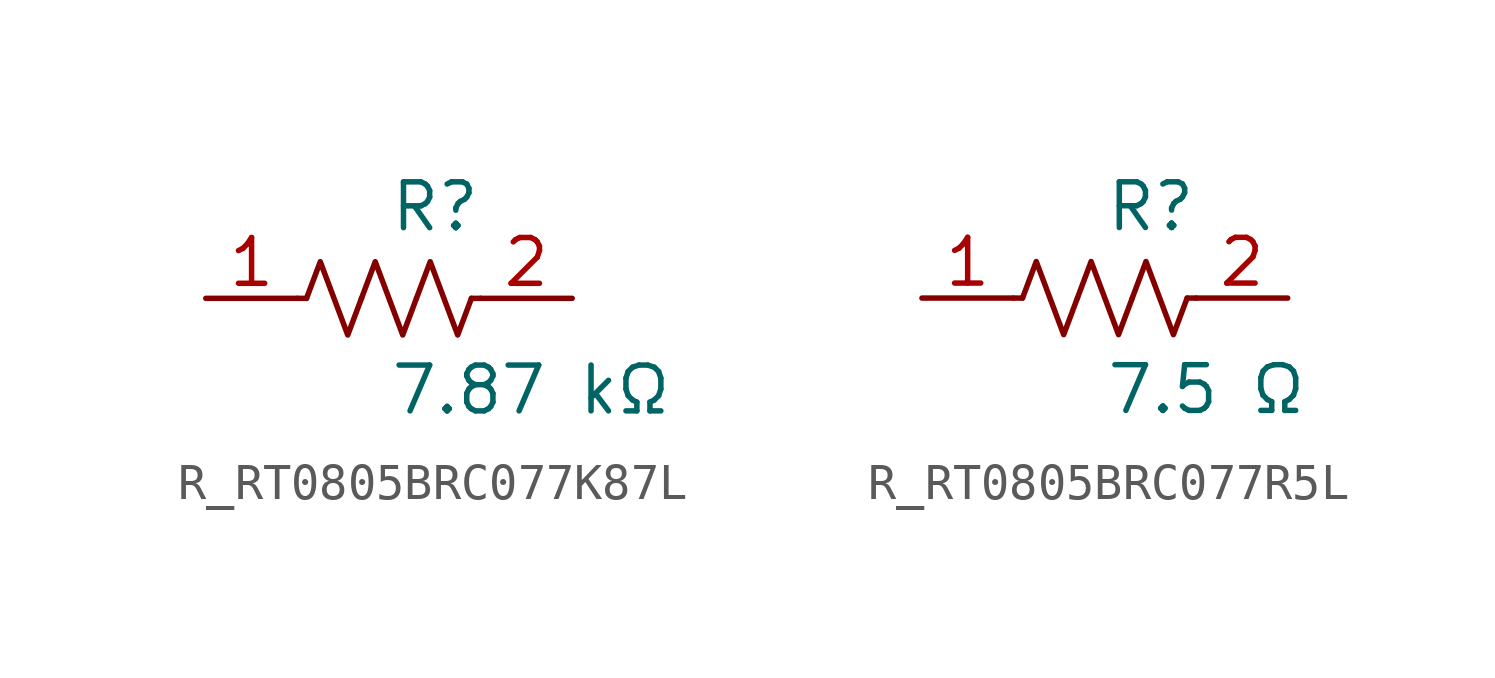
<source format=kicad_sym>
(kicad_symbol_lib
  (version 20231120)
  (generator kicad_symbol_editor)
  (generator_version 8.0)
  (symbol "R_RT0805BRC077K87L"
    (pin_names
      (offset 0.254))
    (property "Reference" "R"
      (at 0.0 2.54 0)
      (effects (font (size 1.27 1.27)) (justify left)))
    (property "Value" "7.87 kΩ"
      (at 0.0 -2.54 0)
      (effects (font (size 1.27 1.27)) (justify left)))
    (symbol "R_RT0805BRC077K87L_0_1"
      (polyline (pts (xy 2.286 0) (xy 2.54 0)) (stroke (width 0) (type default)) (fill (type none)))
      (polyline (pts (xy -2.286 0) (xy -2.54 0)) (stroke (width 0) (type default)) (fill (type none)))
      (polyline (pts (xy 0.762 0) (xy 1.143 1.016) (xy 1.524 0) (xy 1.905 -1.016) (xy 2.286 0)) (stroke (width 0) (type default)) (fill (type none)))
      (polyline (pts (xy -0.762 0) (xy -0.381 1.016) (xy 0 0) (xy 0.381 -1.016) (xy 0.762 0)) (stroke (width 0) (type default)) (fill (type none)))
      (polyline (pts (xy -2.286 0) (xy -1.905 1.016) (xy -1.524 0) (xy -1.143 -1.016) (xy -0.762 0)) (stroke (width 0) (type default)) (fill (type none))))
    (pin unspecified line
      (at -5.08 0 0)
      (length 2.54)
      (name "" (effects (font (size 1.27 1.27))))
      (number "1" (effects (font (size 1.27 1.27)))))
    (pin unspecified line
      (at 5.08 0 180)
      (length 2.54)
      (name "" (effects (font (size 1.27 1.27))))
      (number "2" (effects (font (size 1.27 1.27))))))
  (symbol "R_RT0805BRC077R5L"
    (pin_names
      (offset 0.254))
    (property "Reference" "R"
      (at 0.0 2.54 0)
      (effects (font (size 1.27 1.27)) (justify left)))
    (property "Value" "7.5 Ω"
      (at 0.0 -2.54 0)
      (effects (font (size 1.27 1.27)) (justify left)))
    (symbol "R_RT0805BRC077R5L_0_1"
      (polyline (pts (xy 2.286 0) (xy 2.54 0)) (stroke (width 0) (type default)) (fill (type none)))
      (polyline (pts (xy -2.286 0) (xy -2.54 0)) (stroke (width 0) (type default)) (fill (type none)))
      (polyline (pts (xy 0.762 0) (xy 1.143 1.016) (xy 1.524 0) (xy 1.905 -1.016) (xy 2.286 0)) (stroke (width 0) (type default)) (fill (type none)))
      (polyline (pts (xy -0.762 0) (xy -0.381 1.016) (xy 0 0) (xy 0.381 -1.016) (xy 0.762 0)) (stroke (width 0) (type default)) (fill (type none)))
      (polyline (pts (xy -2.286 0) (xy -1.905 1.016) (xy -1.524 0) (xy -1.143 -1.016) (xy -0.762 0)) (stroke (width 0) (type default)) (fill (type none))))
    (pin unspecified line
      (at -5.08 0 0)
      (length 2.54)
      (name "" (effects (font (size 1.27 1.27))))
      (number "1" (effects (font (size 1.27 1.27)))))
    (pin unspecified line
      (at 5.08 0 180)
      (length 2.54)
      (name "" (effects (font (size 1.27 1.27))))
      (number "2" (effects (font (size 1.27 1.27)))))))
</source>
